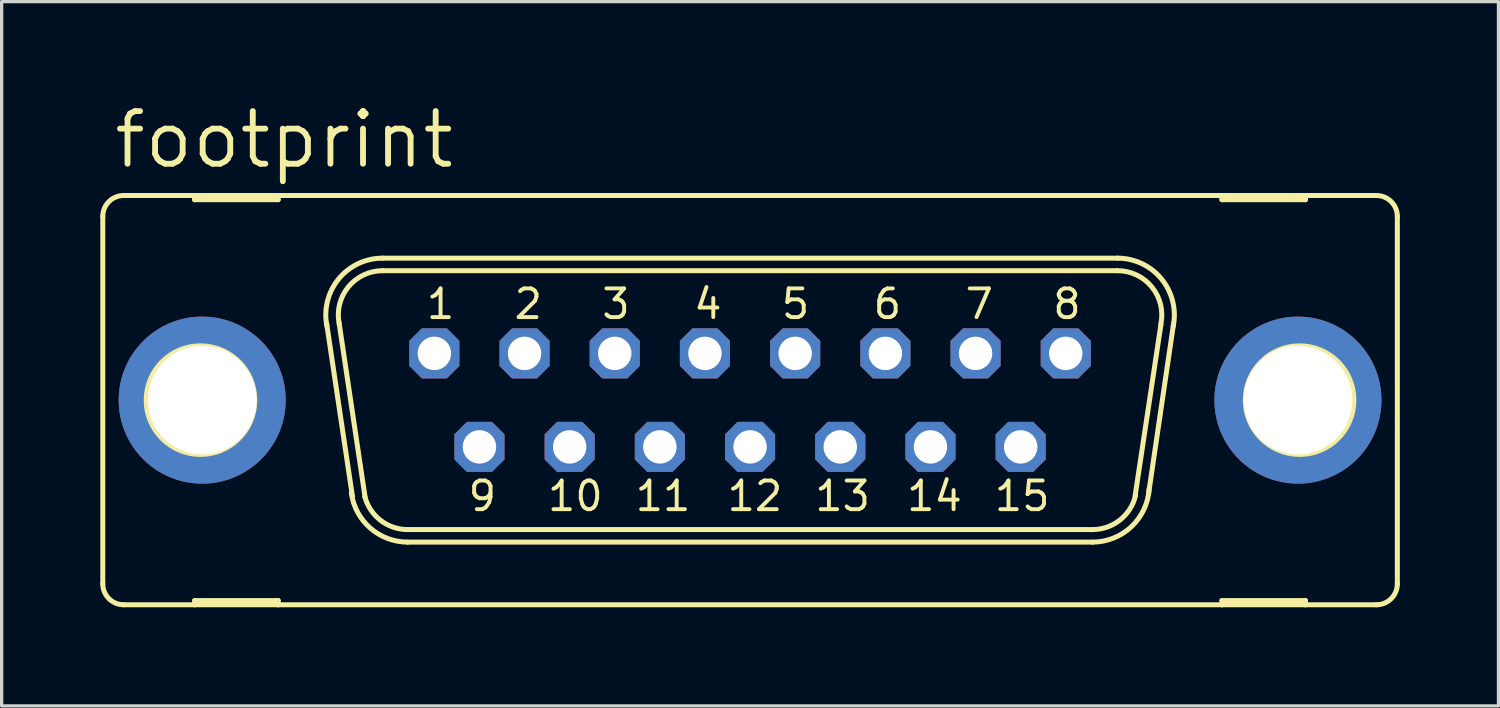
<source format=kicad_pcb>
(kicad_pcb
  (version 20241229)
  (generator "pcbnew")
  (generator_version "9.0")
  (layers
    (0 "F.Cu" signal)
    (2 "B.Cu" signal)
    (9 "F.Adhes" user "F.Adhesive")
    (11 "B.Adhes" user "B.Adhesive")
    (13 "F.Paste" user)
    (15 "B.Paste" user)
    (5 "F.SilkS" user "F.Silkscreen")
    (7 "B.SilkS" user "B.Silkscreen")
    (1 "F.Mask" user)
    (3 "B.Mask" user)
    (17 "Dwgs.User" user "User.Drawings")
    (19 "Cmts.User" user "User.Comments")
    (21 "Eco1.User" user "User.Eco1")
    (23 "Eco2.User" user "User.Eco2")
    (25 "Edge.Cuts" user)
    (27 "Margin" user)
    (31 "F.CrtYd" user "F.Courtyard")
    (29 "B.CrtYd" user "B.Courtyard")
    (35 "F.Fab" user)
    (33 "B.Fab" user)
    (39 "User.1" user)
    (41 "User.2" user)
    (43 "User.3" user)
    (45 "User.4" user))
  (footprint "footprint"
    (layer "F.Cu")
    (at 19.761 9.119)
    (property "Reference" "footprint" (at -19.431 -6.985 0) (layer "F.SilkS") (effects (font (size 1.6 1.6) (thickness 0.178)) (justify left bottom)))
    (fp_line (start -19.685 -5.588) (end -19.685 5.588) (stroke (width 0.152) (type solid)) (layer "F.SilkS"))
    (fp_line (start -19.05 6.223) (end -16.891 6.223) (stroke (width 0.152) (type solid)) (layer "F.SilkS"))
    (fp_line (start -16.891 -6.223) (end -19.05 -6.223) (stroke (width 0.152) (type solid)) (layer "F.SilkS"))
    (fp_line (start -16.891 -6.223) (end -16.891 -6.096) (stroke (width 0.152) (type solid)) (layer "F.SilkS"))
    (fp_line (start -16.891 -6.096) (end -14.351 -6.096) (stroke (width 0.152) (type solid)) (layer "F.SilkS"))
    (fp_line (start -16.891 6.096) (end -14.351 6.096) (stroke (width 0.152) (type solid)) (layer "F.SilkS"))
    (fp_line (start -16.891 6.223) (end -16.891 6.096) (stroke (width 0.152) (type solid)) (layer "F.SilkS"))
    (fp_line (start -16.891 6.223) (end -14.351 6.223) (stroke (width 0.152) (type solid)) (layer "F.SilkS"))
    (fp_line (start -14.351 -6.223) (end -16.891 -6.223) (stroke (width 0.152) (type solid)) (layer "F.SilkS"))
    (fp_line (start -14.351 -6.096) (end -14.351 -6.223) (stroke (width 0.152) (type solid)) (layer "F.SilkS"))
    (fp_line (start -14.351 6.096) (end -14.351 6.223) (stroke (width 0.152) (type solid)) (layer "F.SilkS"))
    (fp_line (start -14.351 6.223) (end 14.351 6.223) (stroke (width 0.152) (type solid)) (layer "F.SilkS"))
    (fp_line (start -12.09 2.946) (end -12.878 -2.337) (stroke (width 0.152) (type solid)) (layer "F.SilkS"))
    (fp_line (start -11.709 2.946) (end -12.497 -2.337) (stroke (width 0.152) (type solid)) (layer "F.SilkS"))
    (fp_line (start -11.176 -4.318) (end 11.176 -4.318) (stroke (width 0.152) (type solid)) (layer "F.SilkS"))
    (fp_line (start -11.176 -3.937) (end 11.176 -3.937) (stroke (width 0.152) (type solid)) (layer "F.SilkS"))
    (fp_line (start -10.414 3.937) (end 10.414 3.937) (stroke (width 0.152) (type solid)) (layer "F.SilkS"))
    (fp_line (start -10.414 4.318) (end 10.414 4.318) (stroke (width 0.152) (type solid)) (layer "F.SilkS"))
    (fp_line (start 12.497 -2.311) (end 11.709 2.921) (stroke (width 0.152) (type solid)) (layer "F.SilkS"))
    (fp_line (start 12.878 -2.311) (end 12.116 2.87) (stroke (width 0.152) (type solid)) (layer "F.SilkS"))
    (fp_line (start 14.351 -6.223) (end -14.351 -6.223) (stroke (width 0.152) (type solid)) (layer "F.SilkS"))
    (fp_line (start 14.351 -6.223) (end 14.351 -6.096) (stroke (width 0.152) (type solid)) (layer "F.SilkS"))
    (fp_line (start 14.351 -6.096) (end 16.891 -6.096) (stroke (width 0.152) (type solid)) (layer "F.SilkS"))
    (fp_line (start 14.351 6.096) (end 16.891 6.096) (stroke (width 0.152) (type solid)) (layer "F.SilkS"))
    (fp_line (start 14.351 6.223) (end 14.351 6.096) (stroke (width 0.152) (type solid)) (layer "F.SilkS"))
    (fp_line (start 14.351 6.223) (end 16.891 6.223) (stroke (width 0.152) (type solid)) (layer "F.SilkS"))
    (fp_line (start 16.891 -6.223) (end 14.351 -6.223) (stroke (width 0.152) (type solid)) (layer "F.SilkS"))
    (fp_line (start 16.891 -6.096) (end 16.891 -6.223) (stroke (width 0.152) (type solid)) (layer "F.SilkS"))
    (fp_line (start 16.891 6.096) (end 16.891 6.223) (stroke (width 0.152) (type solid)) (layer "F.SilkS"))
    (fp_line (start 16.891 6.223) (end 19.05 6.223) (stroke (width 0.152) (type solid)) (layer "F.SilkS"))
    (fp_line (start 19.05 -6.223) (end 16.891 -6.223) (stroke (width 0.152) (type solid)) (layer "F.SilkS"))
    (fp_line (start 19.685 -5.588) (end 19.685 5.588) (stroke (width 0.152) (type solid)) (layer "F.SilkS"))
    (fp_arc (start -19.685 -5.588) (mid -19.499013 -6.037013) (end -19.05 -6.223) (stroke (width 0.1524) (type solid)) (layer "F.SilkS"))
    (fp_arc (start -19.05 6.223) (mid -19.499013 6.037013) (end -19.685 5.588) (stroke (width 0.1524) (type solid)) (layer "F.SilkS"))
    (fp_arc (start -12.8697 -2.2521) (mid -12.511716 -3.685842) (end -11.175998 -4.318) (stroke (width 0.1524) (type solid)) (layer "F.SilkS"))
    (fp_arc (start -12.4961 -2.3268) (mid -12.217082 -3.444284) (end -11.176 -3.937) (stroke (width 0.1524) (type solid)) (layer "F.SilkS"))
    (fp_arc (start -10.414 3.937) (mid -11.2375 3.655745) (end -11.7169 2.9295) (stroke (width 0.1524) (type solid)) (layer "F.SilkS"))
    (fp_arc (start -10.413999 4.318001) (mid -11.551711 3.890313) (end -12.126 2.8191) (stroke (width 0.1524) (type solid)) (layer "F.SilkS"))
    (fp_arc (start 11.176 -4.318) (mid 12.511813 -3.685866) (end 12.869999 -2.252098) (stroke (width 0.1524) (type solid)) (layer "F.SilkS"))
    (fp_arc (start 11.176 -3.937) (mid 12.224557 -3.435183) (end 12.491499 -2.303798) (stroke (width 0.1524) (type solid)) (layer "F.SilkS"))
    (fp_arc (start 11.722701 2.904999) (mid 11.247257 3.647874) (end 10.414 3.937) (stroke (width 0.1524) (type solid)) (layer "F.SilkS"))
    (fp_arc (start 12.1383 2.6849) (mid 11.601366 3.844828) (end 10.414 4.318) (stroke (width 0.1524) (type solid)) (layer "F.SilkS"))
    (fp_arc (start 19.05 -6.223) (mid 19.499013 -6.037013) (end 19.685 -5.588) (stroke (width 0.1524) (type solid)) (layer "F.SilkS"))
    (fp_arc (start 19.685 5.588) (mid 19.499013 6.037013) (end 19.05 6.223) (stroke (width 0.1524) (type solid)) (layer "F.SilkS"))
    (fp_circle (center -16.713 0) (end -15.062 0) (stroke (width 0.152) (type solid)) (fill no) (layer "F.SilkS"))
    (fp_circle (center 16.713 0) (end 18.364 0) (stroke (width 0.152) (type solid)) (fill no) (layer "F.SilkS"))
    (fp_circle (center -9.601 -1.422) (end -9.347 -1.422) (stroke (width 0.406) (type solid)) (fill no) (layer "F.Fab"))
    (fp_circle (center -8.23 1.422) (end -7.976 1.422) (stroke (width 0.406) (type solid)) (fill no) (layer "F.Fab"))
    (fp_circle (center -6.858 -1.422) (end -6.604 -1.422) (stroke (width 0.406) (type solid)) (fill no) (layer "F.Fab"))
    (fp_circle (center -5.486 1.422) (end -5.232 1.422) (stroke (width 0.406) (type solid)) (fill no) (layer "F.Fab"))
    (fp_circle (center -4.115 -1.422) (end -3.861 -1.422) (stroke (width 0.406) (type solid)) (fill no) (layer "F.Fab"))
    (fp_circle (center -2.743 1.422) (end -2.489 1.422) (stroke (width 0.406) (type solid)) (fill no) (layer "F.Fab"))
    (fp_circle (center -1.372 -1.422) (end -1.118 -1.422) (stroke (width 0.406) (type solid)) (fill no) (layer "F.Fab"))
    (fp_circle (center 0 1.422) (end 0.254 1.422) (stroke (width 0.406) (type solid)) (fill no) (layer "F.Fab"))
    (fp_circle (center 1.372 -1.422) (end 1.626 -1.422) (stroke (width 0.406) (type solid)) (fill no) (layer "F.Fab"))
    (fp_circle (center 2.743 1.422) (end 2.997 1.422) (stroke (width 0.406) (type solid)) (fill no) (layer "F.Fab"))
    (fp_circle (center 4.115 -1.422) (end 4.369 -1.422) (stroke (width 0.406) (type solid)) (fill no) (layer "F.Fab"))
    (fp_circle (center 5.486 1.422) (end 5.74 1.422) (stroke (width 0.406) (type solid)) (fill no) (layer "F.Fab"))
    (fp_circle (center 6.858 -1.422) (end 7.112 -1.422) (stroke (width 0.406) (type solid)) (fill no) (layer "F.Fab"))
    (fp_circle (center 8.23 1.422) (end 8.484 1.422) (stroke (width 0.406) (type solid)) (fill no) (layer "F.Fab"))
    (fp_circle (center 9.601 -1.422) (end 9.855 -1.422) (stroke (width 0.406) (type solid)) (fill no) (layer "F.Fab"))
    (fp_text user "7" (at 6.477 -2.413 0) (layer "F.SilkS") (effects (font (size 0.872 0.872) (thickness 0.119)) (justify left bottom)))
    (fp_text user "6" (at 3.683 -2.413 0) (layer "F.SilkS") (effects (font (size 0.872 0.872) (thickness 0.119)) (justify left bottom)))
    (fp_text user "15" (at 7.366 3.429 0) (layer "F.SilkS") (effects (font (size 0.872 0.872) (thickness 0.119)) (justify left bottom)))
    (fp_text user "1" (at -9.906 -2.413 0) (layer "F.SilkS") (effects (font (size 0.872 0.872) (thickness 0.119)) (justify left bottom)))
    (fp_text user "12" (at -0.762 3.429 0) (layer "F.SilkS") (effects (font (size 0.872 0.872) (thickness 0.119)) (justify left bottom)))
    (fp_text user "2" (at -7.239 -2.413 0) (layer "F.SilkS") (effects (font (size 0.872 0.872) (thickness 0.119)) (justify left bottom)))
    (fp_text user "11" (at -3.556 3.429 0) (layer "F.SilkS") (effects (font (size 0.872 0.872) (thickness 0.119)) (justify left bottom)))
    (fp_text user "5" (at 0.889 -2.413 0) (layer "F.SilkS") (effects (font (size 0.872 0.872) (thickness 0.119)) (justify left bottom)))
    (fp_text user "10" (at -6.223 3.429 0) (layer "F.SilkS") (effects (font (size 0.872 0.872) (thickness 0.119)) (justify left bottom)))
    (fp_text user "3" (at -4.572 -2.413 0) (layer "F.SilkS") (effects (font (size 0.872 0.872) (thickness 0.119)) (justify left bottom)))
    (fp_text user "9" (at -8.636 3.429 0) (layer "F.SilkS") (effects (font (size 0.872 0.872) (thickness 0.119)) (justify left bottom)))
    (fp_text user "13" (at 1.905 3.429 0) (layer "F.SilkS") (effects (font (size 0.872 0.872) (thickness 0.119)) (justify left bottom)))
    (fp_text user "4" (at -1.778 -2.413 0) (layer "F.SilkS") (effects (font (size 0.872 0.872) (thickness 0.119)) (justify left bottom)))
    (fp_text user "8" (at 9.144 -2.413 0) (layer "F.SilkS") (effects (font (size 0.872 0.872) (thickness 0.119)) (justify left bottom)))
    (fp_text user "14" (at 4.699 3.429 0) (layer "F.SilkS") (effects (font (size 0.872 0.872) (thickness 0.119)) (justify left bottom)))
    (pad "1" thru_hole roundrect (at -9.601 -1.422) (size 1.524 1.524) (drill 1.016) (layers "*.Cu" "*.Mask") (roundrect_rratio 0.25) (chamfer_ratio 0.25) (chamfer top_left top_right bottom_left bottom_right))
    (pad "2" thru_hole roundrect (at -6.858 -1.422) (size 1.524 1.524) (drill 1.016) (layers "*.Cu" "*.Mask") (roundrect_rratio 0.25) (chamfer_ratio 0.25) (chamfer top_left top_right bottom_left bottom_right))
    (pad "3" thru_hole roundrect (at -4.115 -1.422) (size 1.524 1.524) (drill 1.016) (layers "*.Cu" "*.Mask") (roundrect_rratio 0.25) (chamfer_ratio 0.25) (chamfer top_left top_right bottom_left bottom_right))
    (pad "4" thru_hole roundrect (at -1.372 -1.422) (size 1.524 1.524) (drill 1.016) (layers "*.Cu" "*.Mask") (roundrect_rratio 0.25) (chamfer_ratio 0.25) (chamfer top_left top_right bottom_left bottom_right))
    (pad "5" thru_hole roundrect (at 1.372 -1.422) (size 1.524 1.524) (drill 1.016) (layers "*.Cu" "*.Mask") (roundrect_rratio 0.25) (chamfer_ratio 0.25) (chamfer top_left top_right bottom_left bottom_right))
    (pad "6" thru_hole roundrect (at 4.115 -1.422) (size 1.524 1.524) (drill 1.016) (layers "*.Cu" "*.Mask") (roundrect_rratio 0.25) (chamfer_ratio 0.25) (chamfer top_left top_right bottom_left bottom_right))
    (pad "7" thru_hole roundrect (at 6.858 -1.422) (size 1.524 1.524) (drill 1.016) (layers "*.Cu" "*.Mask") (roundrect_rratio 0.25) (chamfer_ratio 0.25) (chamfer top_left top_right bottom_left bottom_right))
    (pad "8" thru_hole roundrect (at 9.601 -1.422) (size 1.524 1.524) (drill 1.016) (layers "*.Cu" "*.Mask") (roundrect_rratio 0.25) (chamfer_ratio 0.25) (chamfer top_left top_right bottom_left bottom_right))
    (pad "9" thru_hole roundrect (at -8.23 1.422) (size 1.524 1.524) (drill 1.016) (layers "*.Cu" "*.Mask") (roundrect_rratio 0.25) (chamfer_ratio 0.25) (chamfer top_left top_right bottom_left bottom_right))
    (pad "10" thru_hole roundrect (at -5.486 1.422) (size 1.524 1.524) (drill 1.016) (layers "*.Cu" "*.Mask") (roundrect_rratio 0.25) (chamfer_ratio 0.25) (chamfer top_left top_right bottom_left bottom_right))
    (pad "11" thru_hole roundrect (at -2.743 1.422) (size 1.524 1.524) (drill 1.016) (layers "*.Cu" "*.Mask") (roundrect_rratio 0.25) (chamfer_ratio 0.25) (chamfer top_left top_right bottom_left bottom_right))
    (pad "12" thru_hole roundrect (at 0 1.422) (size 1.524 1.524) (drill 1.016) (layers "*.Cu" "*.Mask") (roundrect_rratio 0.25) (chamfer_ratio 0.25) (chamfer top_left top_right bottom_left bottom_right))
    (pad "13" thru_hole roundrect (at 2.743 1.422) (size 1.524 1.524) (drill 1.016) (layers "*.Cu" "*.Mask") (roundrect_rratio 0.25) (chamfer_ratio 0.25) (chamfer top_left top_right bottom_left bottom_right))
    (pad "14" thru_hole roundrect (at 5.486 1.422) (size 1.524 1.524) (drill 1.016) (layers "*.Cu" "*.Mask") (roundrect_rratio 0.25) (chamfer_ratio 0.25) (chamfer top_left top_right bottom_left bottom_right))
    (pad "15" thru_hole roundrect (at 8.23 1.422) (size 1.524 1.524) (drill 1.016) (layers "*.Cu" "*.Mask") (roundrect_rratio 0.25) (chamfer_ratio 0.25) (chamfer top_left top_right bottom_left bottom_right))
    (pad "G1" thru_hole circle (at -16.662 0) (size 5.08 5.08) (drill 3.302) (layers "*.Cu" "*.Mask"))
    (pad "G2" thru_hole circle (at 16.662 0) (size 5.08 5.08) (drill 3.302) (layers "*.Cu" "*.Mask")))
  (gr_rect
    (start -3 -3)
    (end 42.522 18.418)
    (stroke (width 0.1) (type default))
    (fill no)
    (layer "Edge.Cuts")))
</source>
